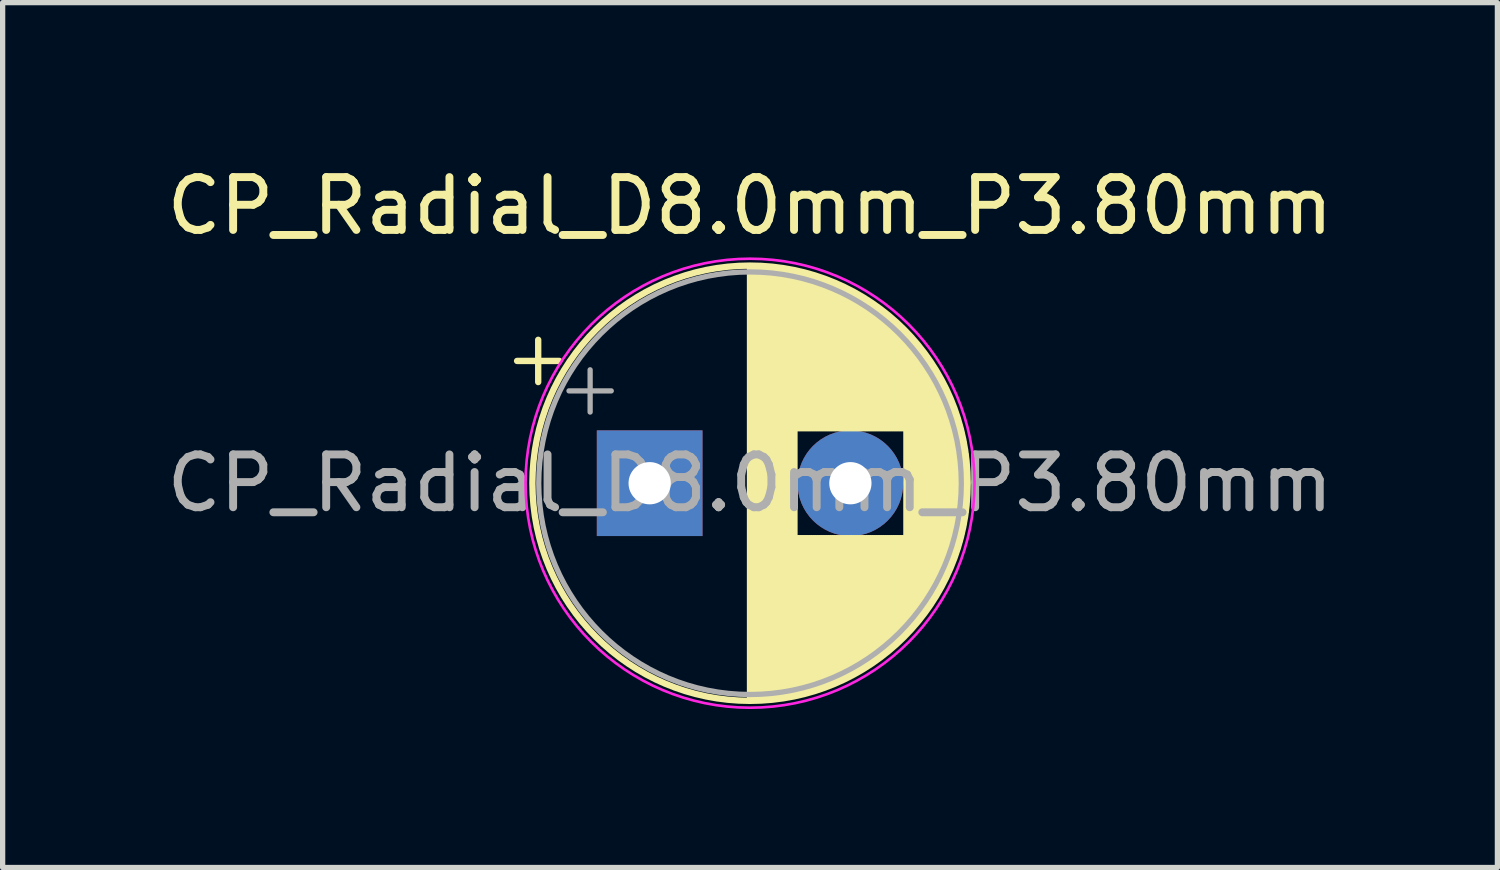
<source format=kicad_pcb>
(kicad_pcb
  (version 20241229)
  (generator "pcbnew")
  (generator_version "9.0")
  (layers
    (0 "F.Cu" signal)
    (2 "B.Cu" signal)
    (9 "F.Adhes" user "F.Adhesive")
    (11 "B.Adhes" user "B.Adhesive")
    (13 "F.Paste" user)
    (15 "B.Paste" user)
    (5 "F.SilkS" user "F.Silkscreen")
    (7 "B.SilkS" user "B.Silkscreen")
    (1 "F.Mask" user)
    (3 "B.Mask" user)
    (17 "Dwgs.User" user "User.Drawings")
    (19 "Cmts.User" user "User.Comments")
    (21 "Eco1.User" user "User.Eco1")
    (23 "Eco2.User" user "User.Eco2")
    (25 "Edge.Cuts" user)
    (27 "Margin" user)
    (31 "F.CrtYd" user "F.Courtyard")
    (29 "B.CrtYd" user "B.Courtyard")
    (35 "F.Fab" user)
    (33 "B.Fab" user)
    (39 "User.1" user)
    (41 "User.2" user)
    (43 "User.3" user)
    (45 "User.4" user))
  (footprint "CP_Radial_D8.0mm_P3.80mm"
    (layer "F.Cu")
    (at 9.249 6.098)
    (property "Reference" "CP_Radial_D8.0mm_P3.80mm" (at 1.9 -5.25 0) (layer "F.SilkS") (effects (font (size 1 1) (thickness 0.15))))
    (attr through_hole)
    (fp_line (start -2.51 -2.315) (end -1.71 -2.315) (stroke (width 0.12) (type solid)) (layer "F.SilkS"))
    (fp_line (start -2.11 -2.715) (end -2.11 -1.915) (stroke (width 0.12) (type solid)) (layer "F.SilkS"))
    (fp_line (start 1.9 -4.08) (end 1.9 4.08) (stroke (width 0.12) (type solid)) (layer "F.SilkS"))
    (fp_line (start 1.94 -4.08) (end 1.94 4.08) (stroke (width 0.12) (type solid)) (layer "F.SilkS"))
    (fp_line (start 1.98 -4.08) (end 1.98 4.08) (stroke (width 0.12) (type solid)) (layer "F.SilkS"))
    (fp_line (start 2.02 -4.079) (end 2.02 4.079) (stroke (width 0.12) (type solid)) (layer "F.SilkS"))
    (fp_line (start 2.06 -4.077) (end 2.06 4.077) (stroke (width 0.12) (type solid)) (layer "F.SilkS"))
    (fp_line (start 2.1 -4.076) (end 2.1 4.076) (stroke (width 0.12) (type solid)) (layer "F.SilkS"))
    (fp_line (start 2.14 -4.074) (end 2.14 4.074) (stroke (width 0.12) (type solid)) (layer "F.SilkS"))
    (fp_line (start 2.18 -4.071) (end 2.18 4.071) (stroke (width 0.12) (type solid)) (layer "F.SilkS"))
    (fp_line (start 2.22 -4.068) (end 2.22 4.068) (stroke (width 0.12) (type solid)) (layer "F.SilkS"))
    (fp_line (start 2.26 -4.065) (end 2.26 4.065) (stroke (width 0.12) (type solid)) (layer "F.SilkS"))
    (fp_line (start 2.3 -4.061) (end 2.3 4.061) (stroke (width 0.12) (type solid)) (layer "F.SilkS"))
    (fp_line (start 2.34 -4.057) (end 2.34 4.057) (stroke (width 0.12) (type solid)) (layer "F.SilkS"))
    (fp_line (start 2.38 -4.052) (end 2.38 4.052) (stroke (width 0.12) (type solid)) (layer "F.SilkS"))
    (fp_line (start 2.42 -4.048) (end 2.42 4.048) (stroke (width 0.12) (type solid)) (layer "F.SilkS"))
    (fp_line (start 2.46 -4.042) (end 2.46 4.042) (stroke (width 0.12) (type solid)) (layer "F.SilkS"))
    (fp_line (start 2.5 -4.037) (end 2.5 4.037) (stroke (width 0.12) (type solid)) (layer "F.SilkS"))
    (fp_line (start 2.54 -4.03) (end 2.54 4.03) (stroke (width 0.12) (type solid)) (layer "F.SilkS"))
    (fp_line (start 2.58 -4.024) (end 2.58 4.024) (stroke (width 0.12) (type solid)) (layer "F.SilkS"))
    (fp_line (start 2.621 -4.017) (end 2.621 4.017) (stroke (width 0.12) (type solid)) (layer "F.SilkS"))
    (fp_line (start 2.661 -4.01) (end 2.661 4.01) (stroke (width 0.12) (type solid)) (layer "F.SilkS"))
    (fp_line (start 2.701 -4.002) (end 2.701 4.002) (stroke (width 0.12) (type solid)) (layer "F.SilkS"))
    (fp_line (start 2.741 -3.994) (end 2.741 3.994) (stroke (width 0.12) (type solid)) (layer "F.SilkS"))
    (fp_line (start 2.781 -3.985) (end 2.781 -1.04) (stroke (width 0.12) (type solid)) (layer "F.SilkS"))
    (fp_line (start 2.781 1.04) (end 2.781 3.985) (stroke (width 0.12) (type solid)) (layer "F.SilkS"))
    (fp_line (start 2.821 -3.976) (end 2.821 -1.04) (stroke (width 0.12) (type solid)) (layer "F.SilkS"))
    (fp_line (start 2.821 1.04) (end 2.821 3.976) (stroke (width 0.12) (type solid)) (layer "F.SilkS"))
    (fp_line (start 2.861 -3.967) (end 2.861 -1.04) (stroke (width 0.12) (type solid)) (layer "F.SilkS"))
    (fp_line (start 2.861 1.04) (end 2.861 3.967) (stroke (width 0.12) (type solid)) (layer "F.SilkS"))
    (fp_line (start 2.901 -3.957) (end 2.901 -1.04) (stroke (width 0.12) (type solid)) (layer "F.SilkS"))
    (fp_line (start 2.901 1.04) (end 2.901 3.957) (stroke (width 0.12) (type solid)) (layer "F.SilkS"))
    (fp_line (start 2.941 -3.947) (end 2.941 -1.04) (stroke (width 0.12) (type solid)) (layer "F.SilkS"))
    (fp_line (start 2.941 1.04) (end 2.941 3.947) (stroke (width 0.12) (type solid)) (layer "F.SilkS"))
    (fp_line (start 2.981 -3.936) (end 2.981 -1.04) (stroke (width 0.12) (type solid)) (layer "F.SilkS"))
    (fp_line (start 2.981 1.04) (end 2.981 3.936) (stroke (width 0.12) (type solid)) (layer "F.SilkS"))
    (fp_line (start 3.021 -3.925) (end 3.021 -1.04) (stroke (width 0.12) (type solid)) (layer "F.SilkS"))
    (fp_line (start 3.021 1.04) (end 3.021 3.925) (stroke (width 0.12) (type solid)) (layer "F.SilkS"))
    (fp_line (start 3.061 -3.914) (end 3.061 -1.04) (stroke (width 0.12) (type solid)) (layer "F.SilkS"))
    (fp_line (start 3.061 1.04) (end 3.061 3.914) (stroke (width 0.12) (type solid)) (layer "F.SilkS"))
    (fp_line (start 3.101 -3.902) (end 3.101 -1.04) (stroke (width 0.12) (type solid)) (layer "F.SilkS"))
    (fp_line (start 3.101 1.04) (end 3.101 3.902) (stroke (width 0.12) (type solid)) (layer "F.SilkS"))
    (fp_line (start 3.141 -3.889) (end 3.141 -1.04) (stroke (width 0.12) (type solid)) (layer "F.SilkS"))
    (fp_line (start 3.141 1.04) (end 3.141 3.889) (stroke (width 0.12) (type solid)) (layer "F.SilkS"))
    (fp_line (start 3.181 -3.877) (end 3.181 -1.04) (stroke (width 0.12) (type solid)) (layer "F.SilkS"))
    (fp_line (start 3.181 1.04) (end 3.181 3.877) (stroke (width 0.12) (type solid)) (layer "F.SilkS"))
    (fp_line (start 3.221 -3.863) (end 3.221 -1.04) (stroke (width 0.12) (type solid)) (layer "F.SilkS"))
    (fp_line (start 3.221 1.04) (end 3.221 3.863) (stroke (width 0.12) (type solid)) (layer "F.SilkS"))
    (fp_line (start 3.261 -3.85) (end 3.261 -1.04) (stroke (width 0.12) (type solid)) (layer "F.SilkS"))
    (fp_line (start 3.261 1.04) (end 3.261 3.85) (stroke (width 0.12) (type solid)) (layer "F.SilkS"))
    (fp_line (start 3.301 -3.835) (end 3.301 -1.04) (stroke (width 0.12) (type solid)) (layer "F.SilkS"))
    (fp_line (start 3.301 1.04) (end 3.301 3.835) (stroke (width 0.12) (type solid)) (layer "F.SilkS"))
    (fp_line (start 3.341 -3.821) (end 3.341 -1.04) (stroke (width 0.12) (type solid)) (layer "F.SilkS"))
    (fp_line (start 3.341 1.04) (end 3.341 3.821) (stroke (width 0.12) (type solid)) (layer "F.SilkS"))
    (fp_line (start 3.381 -3.805) (end 3.381 -1.04) (stroke (width 0.12) (type solid)) (layer "F.SilkS"))
    (fp_line (start 3.381 1.04) (end 3.381 3.805) (stroke (width 0.12) (type solid)) (layer "F.SilkS"))
    (fp_line (start 3.421 -3.79) (end 3.421 -1.04) (stroke (width 0.12) (type solid)) (layer "F.SilkS"))
    (fp_line (start 3.421 1.04) (end 3.421 3.79) (stroke (width 0.12) (type solid)) (layer "F.SilkS"))
    (fp_line (start 3.461 -3.774) (end 3.461 -1.04) (stroke (width 0.12) (type solid)) (layer "F.SilkS"))
    (fp_line (start 3.461 1.04) (end 3.461 3.774) (stroke (width 0.12) (type solid)) (layer "F.SilkS"))
    (fp_line (start 3.501 -3.757) (end 3.501 -1.04) (stroke (width 0.12) (type solid)) (layer "F.SilkS"))
    (fp_line (start 3.501 1.04) (end 3.501 3.757) (stroke (width 0.12) (type solid)) (layer "F.SilkS"))
    (fp_line (start 3.541 -3.74) (end 3.541 -1.04) (stroke (width 0.12) (type solid)) (layer "F.SilkS"))
    (fp_line (start 3.541 1.04) (end 3.541 3.74) (stroke (width 0.12) (type solid)) (layer "F.SilkS"))
    (fp_line (start 3.581 -3.722) (end 3.581 -1.04) (stroke (width 0.12) (type solid)) (layer "F.SilkS"))
    (fp_line (start 3.581 1.04) (end 3.581 3.722) (stroke (width 0.12) (type solid)) (layer "F.SilkS"))
    (fp_line (start 3.621 -3.704) (end 3.621 -1.04) (stroke (width 0.12) (type solid)) (layer "F.SilkS"))
    (fp_line (start 3.621 1.04) (end 3.621 3.704) (stroke (width 0.12) (type solid)) (layer "F.SilkS"))
    (fp_line (start 3.661 -3.686) (end 3.661 -1.04) (stroke (width 0.12) (type solid)) (layer "F.SilkS"))
    (fp_line (start 3.661 1.04) (end 3.661 3.686) (stroke (width 0.12) (type solid)) (layer "F.SilkS"))
    (fp_line (start 3.701 -3.666) (end 3.701 -1.04) (stroke (width 0.12) (type solid)) (layer "F.SilkS"))
    (fp_line (start 3.701 1.04) (end 3.701 3.666) (stroke (width 0.12) (type solid)) (layer "F.SilkS"))
    (fp_line (start 3.741 -3.647) (end 3.741 -1.04) (stroke (width 0.12) (type solid)) (layer "F.SilkS"))
    (fp_line (start 3.741 1.04) (end 3.741 3.647) (stroke (width 0.12) (type solid)) (layer "F.SilkS"))
    (fp_line (start 3.781 -3.627) (end 3.781 -1.04) (stroke (width 0.12) (type solid)) (layer "F.SilkS"))
    (fp_line (start 3.781 1.04) (end 3.781 3.627) (stroke (width 0.12) (type solid)) (layer "F.SilkS"))
    (fp_line (start 3.821 -3.606) (end 3.821 -1.04) (stroke (width 0.12) (type solid)) (layer "F.SilkS"))
    (fp_line (start 3.821 1.04) (end 3.821 3.606) (stroke (width 0.12) (type solid)) (layer "F.SilkS"))
    (fp_line (start 3.861 -3.584) (end 3.861 -1.04) (stroke (width 0.12) (type solid)) (layer "F.SilkS"))
    (fp_line (start 3.861 1.04) (end 3.861 3.584) (stroke (width 0.12) (type solid)) (layer "F.SilkS"))
    (fp_line (start 3.901 -3.562) (end 3.901 -1.04) (stroke (width 0.12) (type solid)) (layer "F.SilkS"))
    (fp_line (start 3.901 1.04) (end 3.901 3.562) (stroke (width 0.12) (type solid)) (layer "F.SilkS"))
    (fp_line (start 3.941 -3.54) (end 3.941 -1.04) (stroke (width 0.12) (type solid)) (layer "F.SilkS"))
    (fp_line (start 3.941 1.04) (end 3.941 3.54) (stroke (width 0.12) (type solid)) (layer "F.SilkS"))
    (fp_line (start 3.981 -3.517) (end 3.981 -1.04) (stroke (width 0.12) (type solid)) (layer "F.SilkS"))
    (fp_line (start 3.981 1.04) (end 3.981 3.517) (stroke (width 0.12) (type solid)) (layer "F.SilkS"))
    (fp_line (start 4.021 -3.493) (end 4.021 -1.04) (stroke (width 0.12) (type solid)) (layer "F.SilkS"))
    (fp_line (start 4.021 1.04) (end 4.021 3.493) (stroke (width 0.12) (type solid)) (layer "F.SilkS"))
    (fp_line (start 4.061 -3.469) (end 4.061 -1.04) (stroke (width 0.12) (type solid)) (layer "F.SilkS"))
    (fp_line (start 4.061 1.04) (end 4.061 3.469) (stroke (width 0.12) (type solid)) (layer "F.SilkS"))
    (fp_line (start 4.101 -3.444) (end 4.101 -1.04) (stroke (width 0.12) (type solid)) (layer "F.SilkS"))
    (fp_line (start 4.101 1.04) (end 4.101 3.444) (stroke (width 0.12) (type solid)) (layer "F.SilkS"))
    (fp_line (start 4.141 -3.418) (end 4.141 -1.04) (stroke (width 0.12) (type solid)) (layer "F.SilkS"))
    (fp_line (start 4.141 1.04) (end 4.141 3.418) (stroke (width 0.12) (type solid)) (layer "F.SilkS"))
    (fp_line (start 4.181 -3.392) (end 4.181 -1.04) (stroke (width 0.12) (type solid)) (layer "F.SilkS"))
    (fp_line (start 4.181 1.04) (end 4.181 3.392) (stroke (width 0.12) (type solid)) (layer "F.SilkS"))
    (fp_line (start 4.221 -3.365) (end 4.221 -1.04) (stroke (width 0.12) (type solid)) (layer "F.SilkS"))
    (fp_line (start 4.221 1.04) (end 4.221 3.365) (stroke (width 0.12) (type solid)) (layer "F.SilkS"))
    (fp_line (start 4.261 -3.338) (end 4.261 -1.04) (stroke (width 0.12) (type solid)) (layer "F.SilkS"))
    (fp_line (start 4.261 1.04) (end 4.261 3.338) (stroke (width 0.12) (type solid)) (layer "F.SilkS"))
    (fp_line (start 4.301 -3.309) (end 4.301 -1.04) (stroke (width 0.12) (type solid)) (layer "F.SilkS"))
    (fp_line (start 4.301 1.04) (end 4.301 3.309) (stroke (width 0.12) (type solid)) (layer "F.SilkS"))
    (fp_line (start 4.341 -3.28) (end 4.341 -1.04) (stroke (width 0.12) (type solid)) (layer "F.SilkS"))
    (fp_line (start 4.341 1.04) (end 4.341 3.28) (stroke (width 0.12) (type solid)) (layer "F.SilkS"))
    (fp_line (start 4.381 -3.25) (end 4.381 -1.04) (stroke (width 0.12) (type solid)) (layer "F.SilkS"))
    (fp_line (start 4.381 1.04) (end 4.381 3.25) (stroke (width 0.12) (type solid)) (layer "F.SilkS"))
    (fp_line (start 4.421 -3.22) (end 4.421 -1.04) (stroke (width 0.12) (type solid)) (layer "F.SilkS"))
    (fp_line (start 4.421 1.04) (end 4.421 3.22) (stroke (width 0.12) (type solid)) (layer "F.SilkS"))
    (fp_line (start 4.461 -3.189) (end 4.461 -1.04) (stroke (width 0.12) (type solid)) (layer "F.SilkS"))
    (fp_line (start 4.461 1.04) (end 4.461 3.189) (stroke (width 0.12) (type solid)) (layer "F.SilkS"))
    (fp_line (start 4.501 -3.156) (end 4.501 -1.04) (stroke (width 0.12) (type solid)) (layer "F.SilkS"))
    (fp_line (start 4.501 1.04) (end 4.501 3.156) (stroke (width 0.12) (type solid)) (layer "F.SilkS"))
    (fp_line (start 4.541 -3.124) (end 4.541 -1.04) (stroke (width 0.12) (type solid)) (layer "F.SilkS"))
    (fp_line (start 4.541 1.04) (end 4.541 3.124) (stroke (width 0.12) (type solid)) (layer "F.SilkS"))
    (fp_line (start 4.581 -3.09) (end 4.581 -1.04) (stroke (width 0.12) (type solid)) (layer "F.SilkS"))
    (fp_line (start 4.581 1.04) (end 4.581 3.09) (stroke (width 0.12) (type solid)) (layer "F.SilkS"))
    (fp_line (start 4.621 -3.055) (end 4.621 -1.04) (stroke (width 0.12) (type solid)) (layer "F.SilkS"))
    (fp_line (start 4.621 1.04) (end 4.621 3.055) (stroke (width 0.12) (type solid)) (layer "F.SilkS"))
    (fp_line (start 4.661 -3.019) (end 4.661 -1.04) (stroke (width 0.12) (type solid)) (layer "F.SilkS"))
    (fp_line (start 4.661 1.04) (end 4.661 3.019) (stroke (width 0.12) (type solid)) (layer "F.SilkS"))
    (fp_line (start 4.701 -2.983) (end 4.701 -1.04) (stroke (width 0.12) (type solid)) (layer "F.SilkS"))
    (fp_line (start 4.701 1.04) (end 4.701 2.983) (stroke (width 0.12) (type solid)) (layer "F.SilkS"))
    (fp_line (start 4.741 -2.945) (end 4.741 -1.04) (stroke (width 0.12) (type solid)) (layer "F.SilkS"))
    (fp_line (start 4.741 1.04) (end 4.741 2.945) (stroke (width 0.12) (type solid)) (layer "F.SilkS"))
    (fp_line (start 4.781 -2.907) (end 4.781 -1.04) (stroke (width 0.12) (type solid)) (layer "F.SilkS"))
    (fp_line (start 4.781 1.04) (end 4.781 2.907) (stroke (width 0.12) (type solid)) (layer "F.SilkS"))
    (fp_line (start 4.821 -2.867) (end 4.821 -1.04) (stroke (width 0.12) (type solid)) (layer "F.SilkS"))
    (fp_line (start 4.821 1.04) (end 4.821 2.867) (stroke (width 0.12) (type solid)) (layer "F.SilkS"))
    (fp_line (start 4.861 -2.826) (end 4.861 2.826) (stroke (width 0.12) (type solid)) (layer "F.SilkS"))
    (fp_line (start 4.901 -2.784) (end 4.901 2.784) (stroke (width 0.12) (type solid)) (layer "F.SilkS"))
    (fp_line (start 4.941 -2.741) (end 4.941 2.741) (stroke (width 0.12) (type solid)) (layer "F.SilkS"))
    (fp_line (start 4.981 -2.697) (end 4.981 2.697) (stroke (width 0.12) (type solid)) (layer "F.SilkS"))
    (fp_line (start 5.021 -2.651) (end 5.021 2.651) (stroke (width 0.12) (type solid)) (layer "F.SilkS"))
    (fp_line (start 5.061 -2.604) (end 5.061 2.604) (stroke (width 0.12) (type solid)) (layer "F.SilkS"))
    (fp_line (start 5.101 -2.556) (end 5.101 2.556) (stroke (width 0.12) (type solid)) (layer "F.SilkS"))
    (fp_line (start 5.141 -2.505) (end 5.141 2.505) (stroke (width 0.12) (type solid)) (layer "F.SilkS"))
    (fp_line (start 5.181 -2.454) (end 5.181 2.454) (stroke (width 0.12) (type solid)) (layer "F.SilkS"))
    (fp_line (start 5.221 -2.4) (end 5.221 2.4) (stroke (width 0.12) (type solid)) (layer "F.SilkS"))
    (fp_line (start 5.261 -2.345) (end 5.261 2.345) (stroke (width 0.12) (type solid)) (layer "F.SilkS"))
    (fp_line (start 5.301 -2.287) (end 5.301 2.287) (stroke (width 0.12) (type solid)) (layer "F.SilkS"))
    (fp_line (start 5.341 -2.228) (end 5.341 2.228) (stroke (width 0.12) (type solid)) (layer "F.SilkS"))
    (fp_line (start 5.381 -2.166) (end 5.381 2.166) (stroke (width 0.12) (type solid)) (layer "F.SilkS"))
    (fp_line (start 5.421 -2.102) (end 5.421 2.102) (stroke (width 0.12) (type solid)) (layer "F.SilkS"))
    (fp_line (start 5.461 -2.034) (end 5.461 2.034) (stroke (width 0.12) (type solid)) (layer "F.SilkS"))
    (fp_line (start 5.501 -1.964) (end 5.501 1.964) (stroke (width 0.12) (type solid)) (layer "F.SilkS"))
    (fp_line (start 5.541 -1.89) (end 5.541 1.89) (stroke (width 0.12) (type solid)) (layer "F.SilkS"))
    (fp_line (start 5.581 -1.813) (end 5.581 1.813) (stroke (width 0.12) (type solid)) (layer "F.SilkS"))
    (fp_line (start 5.621 -1.731) (end 5.621 1.731) (stroke (width 0.12) (type solid)) (layer "F.SilkS"))
    (fp_line (start 5.661 -1.645) (end 5.661 1.645) (stroke (width 0.12) (type solid)) (layer "F.SilkS"))
    (fp_line (start 5.701 -1.552) (end 5.701 1.552) (stroke (width 0.12) (type solid)) (layer "F.SilkS"))
    (fp_line (start 5.741 -1.453) (end 5.741 1.453) (stroke (width 0.12) (type solid)) (layer "F.SilkS"))
    (fp_line (start 5.781 -1.346) (end 5.781 1.346) (stroke (width 0.12) (type solid)) (layer "F.SilkS"))
    (fp_line (start 5.821 -1.229) (end 5.821 1.229) (stroke (width 0.12) (type solid)) (layer "F.SilkS"))
    (fp_line (start 5.861 -1.098) (end 5.861 1.098) (stroke (width 0.12) (type solid)) (layer "F.SilkS"))
    (fp_line (start 5.901 -0.948) (end 5.901 0.948) (stroke (width 0.12) (type solid)) (layer "F.SilkS"))
    (fp_line (start 5.941 -0.768) (end 5.941 0.768) (stroke (width 0.12) (type solid)) (layer "F.SilkS"))
    (fp_line (start 5.981 -0.533) (end 5.981 0.533) (stroke (width 0.12) (type solid)) (layer "F.SilkS"))
    (fp_circle (center 1.9 0) (end 6.02 0) (stroke (width 0.12) (type solid)) (fill no) (layer "F.SilkS"))
    (fp_circle (center 1.9 0) (end 6.15 0) (stroke (width 0.05) (type solid)) (fill no) (layer "F.CrtYd"))
    (fp_line (start -1.527 -1.748) (end -0.727 -1.748) (stroke (width 0.1) (type solid)) (layer "F.Fab"))
    (fp_line (start -1.127 -2.147) (end -1.127 -1.347) (stroke (width 0.1) (type solid)) (layer "F.Fab"))
    (fp_circle (center 1.9 0) (end 5.9 0) (stroke (width 0.1) (type solid)) (fill no) (layer "F.Fab"))
    (fp_text user "${REFERENCE}" (at 1.9 0 0) (layer "F.Fab") (effects (font (size 1 1) (thickness 0.15))))
    (pad "1" thru_hole rect (at 0 0) (size 2 2) (drill 0.8) (layers "*.Cu" "*.Mask"))
    (pad "2" thru_hole circle (at 3.8 0) (size 2 2) (drill 0.8) (layers "*.Cu" "*.Mask")))
  (gr_rect
    (start -3 -3)
    (end 25.298 13.373)
    (stroke (width 0.1) (type default))
    (fill no)
    (layer "Edge.Cuts")))
</source>
